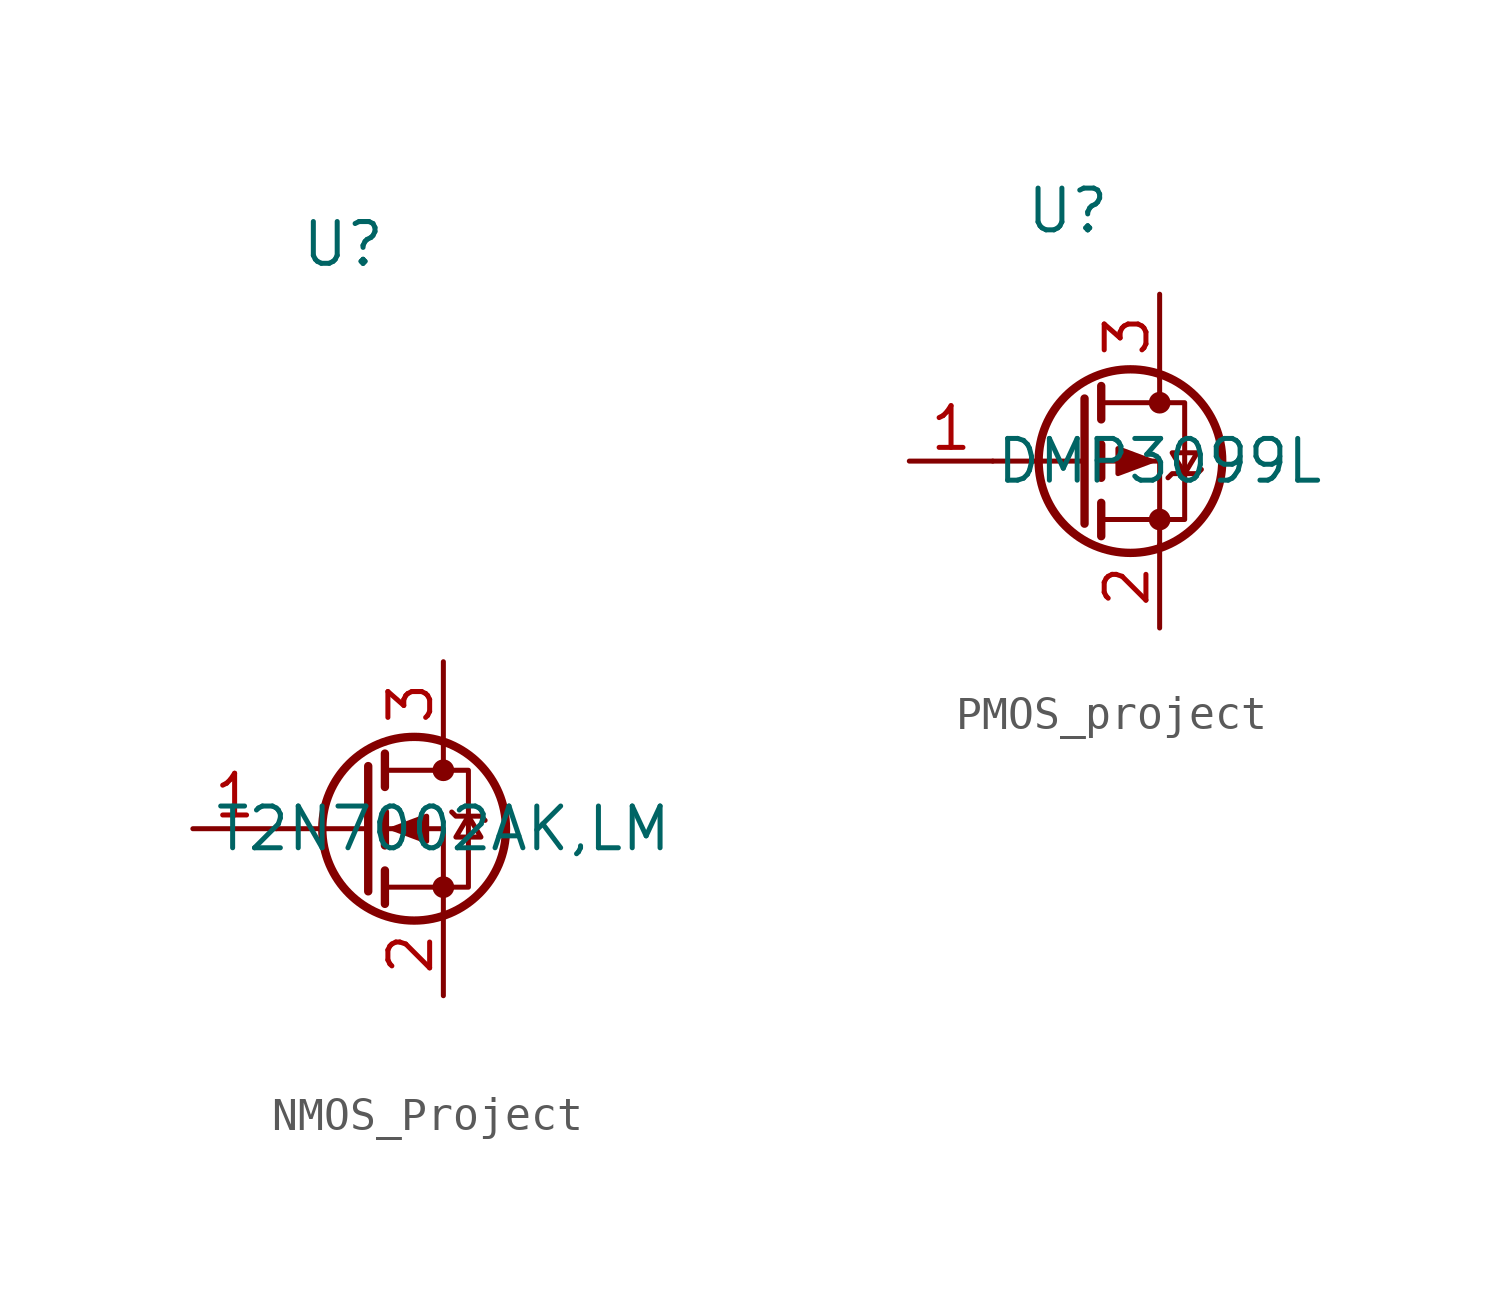
<source format=kicad_sym>
(kicad_symbol_lib
  (version 20241209)
  (generator "kicad_symbol_editor")
  (generator_version "9.0")
  (symbol "NMOS_Project"
    (property "Reference" "U"
      (at -3.048 17.78 0)
      (effects (font (size 1.27 1.27))))
    (property "Value" "T2N7002AK,LM"
      (at 0 0 0)
      (effects (font (size 1.27 1.27))))
    (symbol "NMOS_Project_0_1"
      (polyline (pts (xy -2.286 1.905) (xy -2.286 -1.905)) (stroke (width 0.254) (type default)) (fill (type none)))
      (polyline (pts (xy -2.286 0) (xy -5.08 0)) (stroke (width 0) (type default)) (fill (type none)))
      (polyline (pts (xy -1.778 2.286) (xy -1.778 1.27)) (stroke (width 0.254) (type default)) (fill (type none)))
      (polyline (pts (xy -1.778 0.508) (xy -1.778 -0.508)) (stroke (width 0.254) (type default)) (fill (type none)))
      (polyline (pts (xy -1.778 -1.27) (xy -1.778 -2.286)) (stroke (width 0.254) (type default)) (fill (type none)))
      (polyline (pts (xy -1.778 -1.778) (xy 0.762 -1.778) (xy 0.762 1.778) (xy -1.778 1.778)) (stroke (width 0) (type default)) (fill (type none)))
      (polyline (pts (xy -1.524 0) (xy -0.508 0.381) (xy -0.508 -0.381) (xy -1.524 0)) (stroke (width 0) (type default)) (fill (type outline)))
      (circle (center -0.889 0) (radius 2.794) (stroke (width 0.254) (type default)) (fill (type none)))
      (polyline (pts (xy 0 2.54) (xy 0 1.778)) (stroke (width 0) (type default)) (fill (type none)))
      (circle (center 0 1.778) (radius 0.254) (stroke (width 0) (type default)) (fill (type outline)))
      (circle (center 0 -1.778) (radius 0.254) (stroke (width 0) (type default)) (fill (type outline)))
      (polyline (pts (xy 0 -2.54) (xy 0 0) (xy -1.778 0)) (stroke (width 0) (type default)) (fill (type none)))
      (polyline (pts (xy 0.254 0.508) (xy 0.381 0.381) (xy 1.143 0.381) (xy 1.27 0.254)) (stroke (width 0) (type default)) (fill (type none)))
      (polyline (pts (xy 0.762 0.381) (xy 0.381 -0.254) (xy 1.143 -0.254) (xy 0.762 0.381)) (stroke (width 0) (type default)) (fill (type none))))
    (symbol "NMOS_Project_1_1"
      (pin input line (at -7.62 0 0) (length 2.54) (name "" (effects (font (size 1.27 1.27)))) (number "1" (effects (font (size 1.27 1.27)))))
      (pin passive line (at 0 5.08 270) (length 2.54) (name "" (effects (font (size 1.27 1.27)))) (number "3" (effects (font (size 1.27 1.27)))))
      (pin passive line (at 0 -5.08 90) (length 2.54) (name "" (effects (font (size 1.27 1.27)))) (number "2" (effects (font (size 1.27 1.27)))))))
  (symbol "PMOS_project"
    (property "Reference" "U"
      (at -2.794 7.62 0)
      (effects (font (size 1.27 1.27))))
    (property "Value" "DMP3099L"
      (at 0 0 0)
      (effects (font (size 1.27 1.27))))
    (symbol "PMOS_project_0_1"
      (polyline (pts (xy -2.286 1.905) (xy -2.286 -1.905)) (stroke (width 0.254) (type default)) (fill (type none)))
      (polyline (pts (xy -2.286 0) (xy -5.08 0)) (stroke (width 0) (type default)) (fill (type none)))
      (polyline (pts (xy -1.778 2.286) (xy -1.778 1.27)) (stroke (width 0.254) (type default)) (fill (type none)))
      (polyline (pts (xy -1.778 1.778) (xy 0.762 1.778) (xy 0.762 -1.778) (xy -1.778 -1.778)) (stroke (width 0) (type default)) (fill (type none)))
      (polyline (pts (xy -1.778 0.508) (xy -1.778 -0.508)) (stroke (width 0.254) (type default)) (fill (type none)))
      (polyline (pts (xy -1.778 -1.27) (xy -1.778 -2.286)) (stroke (width 0.254) (type default)) (fill (type none)))
      (circle (center -0.889 0) (radius 2.794) (stroke (width 0.254) (type default)) (fill (type none)))
      (polyline (pts (xy -0.254 0) (xy -1.27 0.381) (xy -1.27 -0.381) (xy -0.254 0)) (stroke (width 0) (type default)) (fill (type outline)))
      (polyline (pts (xy 0 2.54) (xy 0 1.778)) (stroke (width 0) (type default)) (fill (type none)))
      (circle (center 0 1.778) (radius 0.254) (stroke (width 0) (type default)) (fill (type outline)))
      (circle (center 0 -1.778) (radius 0.254) (stroke (width 0) (type default)) (fill (type outline)))
      (polyline (pts (xy 0 -2.54) (xy 0 0) (xy -1.778 0)) (stroke (width 0) (type default)) (fill (type none)))
      (polyline (pts (xy 0.254 -0.508) (xy 0.381 -0.381) (xy 1.143 -0.381) (xy 1.27 -0.254)) (stroke (width 0) (type default)) (fill (type none)))
      (polyline (pts (xy 0.762 -0.381) (xy 0.381 0.254) (xy 1.143 0.254) (xy 0.762 -0.381)) (stroke (width 0) (type default)) (fill (type none))))
    (symbol "PMOS_project_1_1"
      (pin input line (at -7.62 0 0) (length 2.54) (name "" (effects (font (size 1.27 1.27)))) (number "1" (effects (font (size 1.27 1.27)))))
      (pin passive line (at 0 5.08 270) (length 2.54) (name "" (effects (font (size 1.27 1.27)))) (number "3" (effects (font (size 1.27 1.27)))))
      (pin passive line (at 0 -5.08 90) (length 2.54) (name "" (effects (font (size 1.27 1.27)))) (number "2" (effects (font (size 1.27 1.27))))))))
</source>
